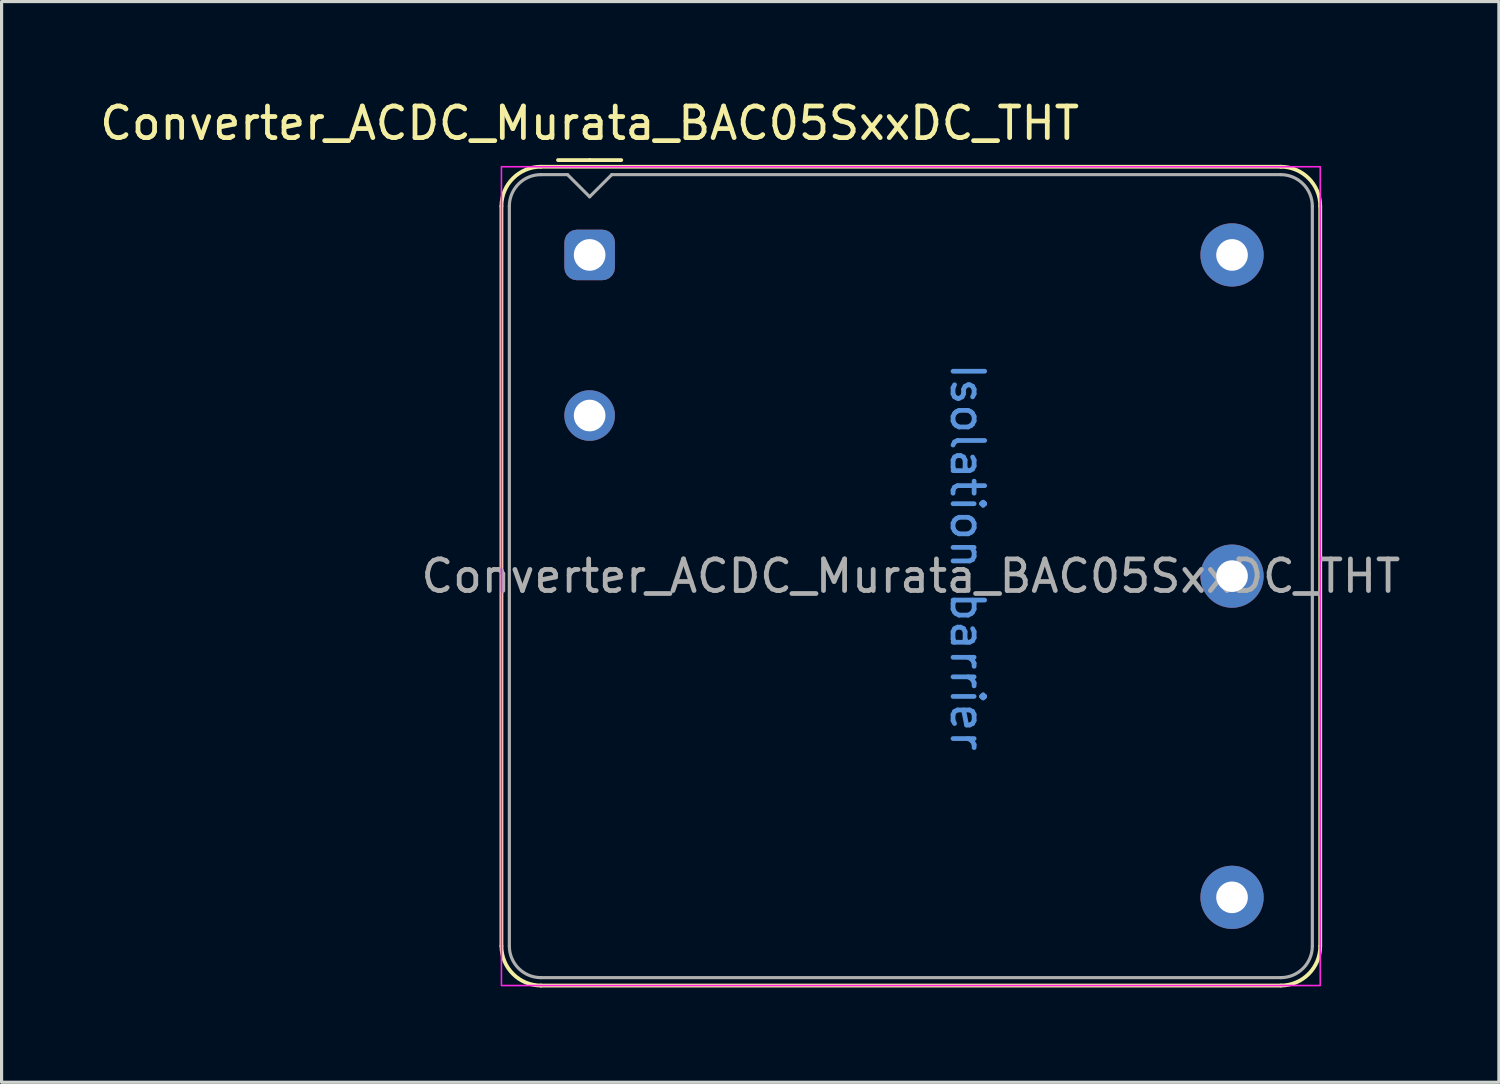
<source format=kicad_pcb>
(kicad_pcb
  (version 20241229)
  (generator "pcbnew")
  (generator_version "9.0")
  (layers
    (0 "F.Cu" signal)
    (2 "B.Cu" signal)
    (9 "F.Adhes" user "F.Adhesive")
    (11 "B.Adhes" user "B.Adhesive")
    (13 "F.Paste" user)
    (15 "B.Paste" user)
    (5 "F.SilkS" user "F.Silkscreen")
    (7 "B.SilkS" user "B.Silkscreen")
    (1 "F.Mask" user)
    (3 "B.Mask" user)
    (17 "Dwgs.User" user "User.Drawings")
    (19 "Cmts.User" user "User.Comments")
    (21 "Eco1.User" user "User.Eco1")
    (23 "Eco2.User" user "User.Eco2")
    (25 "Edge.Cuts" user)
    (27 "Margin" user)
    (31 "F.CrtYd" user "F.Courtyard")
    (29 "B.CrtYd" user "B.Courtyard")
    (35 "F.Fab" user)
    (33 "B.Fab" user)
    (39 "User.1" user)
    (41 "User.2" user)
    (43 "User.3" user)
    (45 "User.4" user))
  (footprint "Converter_ACDC_Murata_BAC05SxxDC_THT"
    (layer "F.Cu")
    (at 15.601 5.014)
    (property "Reference" "Converter_ACDC_Murata_BAC05SxxDC_THT" (at 0 -4.166 0) (unlocked yes) (layer "F.SilkS") (effects (font (size 1 1) (thickness 0.15))))
    (attr through_hole)
    (fp_line (start -2.79 -1.54) (end -2.79 21.86) (stroke (width 0.12) (type solid)) (layer "F.SilkS"))
    (fp_line (start -1.54 23.11) (end 21.86 23.11) (stroke (width 0.12) (type solid)) (layer "F.SilkS"))
    (fp_line (start 0 -3) (end -1 -3) (stroke (width 0.12) (type solid)) (layer "F.SilkS"))
    (fp_line (start 0 -3) (end 1 -3) (stroke (width 0.12) (type solid)) (layer "F.SilkS"))
    (fp_line (start 21.86 -2.79) (end -1.54 -2.79) (stroke (width 0.12) (type solid)) (layer "F.SilkS"))
    (fp_line (start 23.11 21.86) (end 23.11 -1.54) (stroke (width 0.12) (type solid)) (layer "F.SilkS"))
    (fp_arc (start -2.79 -1.54) (mid -2.423883 -2.423883) (end -1.54 -2.79) (stroke (width 0.12) (type solid)) (layer "F.SilkS"))
    (fp_arc (start -1.54 23.11) (mid -2.423883 22.743883) (end -2.79 21.86) (stroke (width 0.12) (type solid)) (layer "F.SilkS"))
    (fp_arc (start 21.86 -2.79) (mid 22.743883 -2.423883) (end 23.11 -1.54) (stroke (width 0.12) (type solid)) (layer "F.SilkS"))
    (fp_arc (start 23.11 21.86) (mid 22.743883 22.743883) (end 21.86 23.11) (stroke (width 0.12) (type solid)) (layer "F.SilkS"))
    (fp_rect (start -2.79 -2.79) (end 23.11 23.11) (stroke (width 0.05) (type solid)) (fill no) (layer "F.CrtYd"))
    (fp_line (start -2.54 21.86) (end -2.54 -1.54) (stroke (width 0.1) (type solid)) (layer "F.Fab"))
    (fp_line (start -0.7 -2.54) (end -1.54 -2.54) (stroke (width 0.1) (type solid)) (layer "F.Fab"))
    (fp_line (start 0 -1.84) (end -0.7 -2.54) (stroke (width 0.1) (type solid)) (layer "F.Fab"))
    (fp_line (start 0.7 -2.54) (end 0 -1.84) (stroke (width 0.1) (type solid)) (layer "F.Fab"))
    (fp_line (start 0.7 -2.54) (end 21.86 -2.54) (stroke (width 0.1) (type solid)) (layer "F.Fab"))
    (fp_line (start 21.86 22.86) (end -1.54 22.86) (stroke (width 0.1) (type solid)) (layer "F.Fab"))
    (fp_line (start 22.86 -1.54) (end 22.86 21.86) (stroke (width 0.1) (type solid)) (layer "F.Fab"))
    (fp_arc (start -2.54 -1.54) (mid -2.247107 -2.247107) (end -1.54 -2.54) (stroke (width 0.1) (type solid)) (layer "F.Fab"))
    (fp_arc (start -1.54 22.86) (mid -2.247107 22.567107) (end -2.54 21.86) (stroke (width 0.1) (type solid)) (layer "F.Fab"))
    (fp_arc (start 21.86 -2.54) (mid 22.567107 -2.247107) (end 22.86 -1.54) (stroke (width 0.1) (type solid)) (layer "F.Fab"))
    (fp_arc (start 22.86 21.86) (mid 22.567107 22.567107) (end 21.86 22.86) (stroke (width 0.1) (type solid)) (layer "F.Fab"))
    (fp_text user "Isolation barrier" (at 11.95 9.56 270) (unlocked yes) (layer "Cmts.User") (effects (font (size 1 1) (thickness 0.15))))
    (fp_text user "${REFERENCE}" (at 10.16 10.16 0) (unlocked yes) (layer "F.Fab") (effects (font (size 1 1) (thickness 0.15))))
    (pad "1" thru_hole roundrect (at 0 0) (size 1.6 1.6) (drill 1) (layers "*.Cu" "*.Mask") (roundrect_rratio 0.25))
    (pad "2" thru_hole circle (at 0 5.08) (size 1.6 1.6) (drill 1) (layers "*.Cu" "*.Mask"))
    (pad "3" thru_hole circle (at 20.32 20.32) (size 2 2) (drill 1) (layers "*.Cu" "*.Mask"))
    (pad "4" thru_hole circle (at 20.32 10.16) (size 2 2) (drill 1) (layers "*.Cu" "*.Mask"))
    (pad "5" thru_hole circle (at 20.32 0) (size 2 2) (drill 1) (layers "*.Cu" "*.Mask"))
    (zone (net_name "") (layers "F.Cu" "B.Cu") (name "Isolation barrier") (hatch full 0.508) (connect_pads) (min_thickness 0.254) (filled_areas_thickness no) (keepout (tracks not_allowed) (vias not_allowed) (pads not_allowed) (copperpour not_allowed) (footprints not_allowed)) (placement (enabled no)) (fill) (polygon (pts (xy 29.421 12.514) (xy 34.421 12.514) (xy 34.421 27.914) (xy 25.901 27.914) (xy 25.901 20.264) (xy 25.401 20.014) (xy 24.951 19.739) (xy 24.501 19.439) (xy 24.076 19.114) (xy 23.651 18.739) (xy 23.301 18.389) (xy 23.026 18.089) (xy 22.901 17.939) (xy 22.676 17.664) (xy 22.476 17.389) (xy 22.126 16.839) (xy 21.926 16.489) (xy 21.626 15.839) (xy 21.476 15.489) (xy 21.351 15.139) (xy 21.226 14.739) (xy 21.151 14.464) (xy 21.076 14.164) (xy 21.026 13.889) (xy 20.951 13.439) (xy 20.901 12.914) (xy 20.901 12.364) (xy 20.901 2.439) (xy 29.421 2.439)))))
  (gr_rect
    (start -3 -3)
    (end 44.362 31.184)
    (stroke (width 0.1) (type default))
    (fill no)
    (layer "Edge.Cuts")))
</source>
